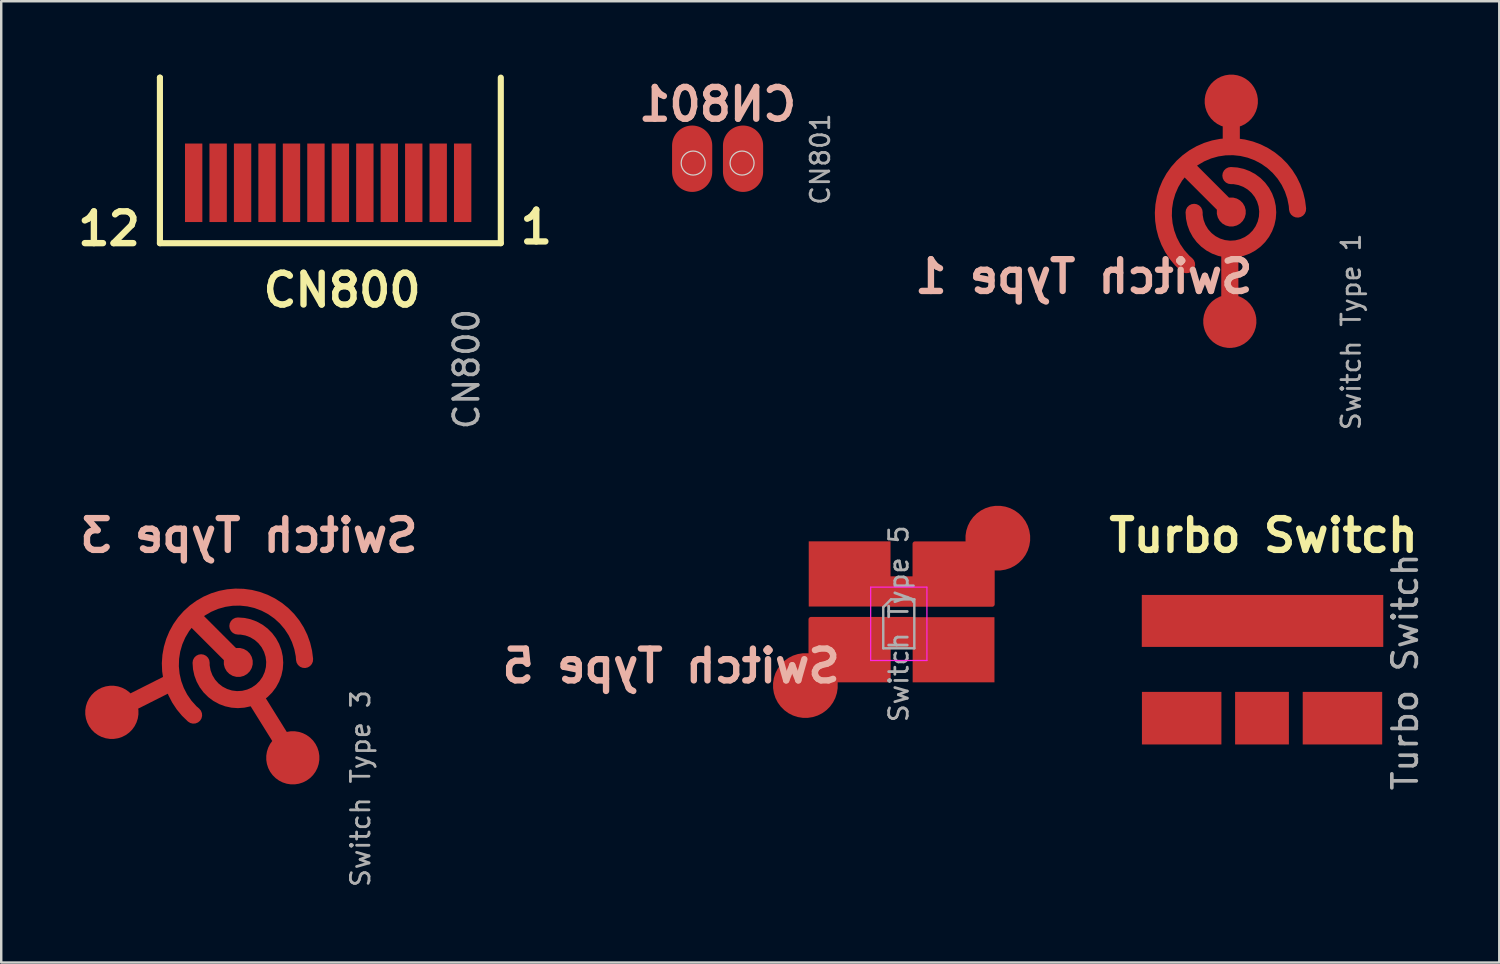
<source format=kicad_pcb>
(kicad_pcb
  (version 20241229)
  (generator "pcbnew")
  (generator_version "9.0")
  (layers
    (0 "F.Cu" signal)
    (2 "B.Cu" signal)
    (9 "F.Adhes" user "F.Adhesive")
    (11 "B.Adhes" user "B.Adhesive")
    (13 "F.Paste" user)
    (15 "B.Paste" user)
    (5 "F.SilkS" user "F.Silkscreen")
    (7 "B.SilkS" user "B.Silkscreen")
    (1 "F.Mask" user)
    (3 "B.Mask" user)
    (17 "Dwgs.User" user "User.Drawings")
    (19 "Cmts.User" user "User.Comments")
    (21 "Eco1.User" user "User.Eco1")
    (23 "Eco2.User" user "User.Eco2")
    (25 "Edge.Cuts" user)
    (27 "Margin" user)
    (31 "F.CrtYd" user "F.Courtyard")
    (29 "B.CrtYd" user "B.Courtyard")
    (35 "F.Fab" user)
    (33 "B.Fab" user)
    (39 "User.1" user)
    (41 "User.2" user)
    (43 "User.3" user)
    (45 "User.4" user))
  (footprint "CN800"
    (layer "F.Cu")
    (at 9.89 4.735)
    (property "Reference" "CN800" (at 1.05 4.08 180) (layer "F.SilkS") (effects (font (size 1.3 1.3) (thickness 0.26) (bold yes))))
    (attr through_hole)
    (fp_line (start -6.4 -4.61) (end -6.4 -4.61) (stroke (width 0.25) (type default)) (layer "F.SilkS"))
    (fp_line (start -6.4 -4.61) (end -6.4 2.16) (stroke (width 0.25) (type default)) (layer "F.SilkS"))
    (fp_line (start -6.4 2.16) (end 7.54 2.16) (stroke (width 0.25) (type default)) (layer "F.SilkS"))
    (fp_line (start 7.54 2.16) (end 7.54 -4.61) (stroke (width 0.25) (type default)) (layer "F.SilkS"))
    (fp_text user "1" (at 8.2 2.26 0) (unlocked yes) (layer "F.SilkS") (effects (font (size 1.3 1.3) (thickness 0.26) (bold yes)) (justify left bottom)))
    (fp_text user "12" (at -9.89 2.33 0) (unlocked yes) (layer "F.SilkS") (effects (font (size 1.3 1.3) (thickness 0.26) (bold yes)) (justify left bottom)))
    (fp_text user "${REFERENCE}" (at 6.14 7.31 90) (layer "F.Fab") (effects (font (size 1 1) (thickness 0.15))))
    (pad "1" smd rect (at 5.98 -0.31 180) (size 0.71 3.21) (layers "F.Cu" "F.Mask"))
    (pad "2" smd rect (at 4.98 -0.31 180) (size 0.71 3.21) (layers "F.Cu" "F.Mask"))
    (pad "3" smd rect (at 3.98 -0.31 180) (size 0.71 3.21) (layers "F.Cu" "F.Mask"))
    (pad "4" smd rect (at 2.98 -0.31 180) (size 0.71 3.21) (layers "F.Cu" "F.Mask"))
    (pad "5" smd rect (at 1.98 -0.31 180) (size 0.71 3.21) (layers "F.Cu" "F.Mask"))
    (pad "6" smd rect (at 0.98 -0.31 180) (size 0.71 3.21) (layers "F.Cu" "F.Mask"))
    (pad "7" smd rect (at -0.02 -0.31 180) (size 0.71 3.21) (layers "F.Cu" "F.Mask"))
    (pad "8" smd rect (at -1.02 -0.31 180) (size 0.71 3.21) (layers "F.Cu" "F.Mask"))
    (pad "9" smd rect (at -2.02 -0.31 180) (size 0.71 3.21) (layers "F.Cu" "F.Mask"))
    (pad "10" smd rect (at -3.02 -0.31 180) (size 0.71 3.21) (layers "F.Cu" "F.Mask"))
    (pad "11" smd rect (at -4.02 -0.31 180) (size 0.71 3.21) (layers "F.Cu" "F.Mask"))
    (pad "12" smd rect (at -5.02 -0.31 180) (size 0.71 3.21) (layers "F.Cu" "F.Mask")))
  (footprint "Switch Type 5"
    (layer "F.Cu")
    (at 33.705 21.961)
    (property "Reference" "Switch Type 5" (at -9.31 2.224 0) (layer "B.SilkS") (effects (font (size 1.3 1.3) (thickness 0.26) (bold yes)) (justify mirror)))
    (attr through_hole)
    (fp_line (start -1.15 -1) (end -1.15 2) (stroke (width 0.05) (type solid)) (layer "F.CrtYd"))
    (fp_line (start -1.15 2) (end 1.15 2) (stroke (width 0.05) (type solid)) (layer "F.CrtYd"))
    (fp_line (start 1.15 -1) (end -1.15 -1) (stroke (width 0.05) (type solid)) (layer "F.CrtYd"))
    (fp_line (start 1.15 2) (end 1.15 -1) (stroke (width 0.05) (type solid)) (layer "F.CrtYd"))
    (fp_line (start -0.635 -0.182) (end -0.318 -0.5) (stroke (width 0.1) (type solid)) (layer "F.Fab"))
    (fp_line (start -0.635 1.5) (end -0.635 -0.182) (stroke (width 0.1) (type solid)) (layer "F.Fab"))
    (fp_line (start -0.318 -0.5) (end 0.635 -0.5) (stroke (width 0.1) (type solid)) (layer "F.Fab"))
    (fp_line (start 0.635 -0.5) (end 0.635 1.5) (stroke (width 0.1) (type solid)) (layer "F.Fab"))
    (fp_line (start 0.635 1.5) (end -0.635 1.5) (stroke (width 0.1) (type solid)) (layer "F.Fab"))
    (fp_text user "${REFERENCE}" (at 0 0.5 90) (layer "F.Fab") (effects (font (size 0.76 0.76) (thickness 0.114))))
    (pad "1" smd custom (at -2.01 -1.54 90) (size 2.665 3.345) (layers "F.Cu" "F.Mask") (options (anchor rect)) (primitives (gr_rect (start -1.242 1.673) (end -0.198 2.732) (width 0.2) (fill yes)) (gr_rect (start -1.242 2.672) (end 1.232 5.832) (width 0.2) (fill yes)) (gr_circle (center 1.464 6.06) (end 2.689 6.06) (width 0.2) (fill yes))))
    (pad "2" smd custom (at 2.24 1.56 270) (size 2.665 3.345) (layers "F.Cu" "F.Mask") (options (anchor rect)) (primitives (gr_rect (start -1.242 1.673) (end -0.198 2.732) (width 0.2) (fill yes)) (gr_rect (start -1.242 2.672) (end 1.232 5.832) (width 0.2) (fill yes)) (gr_circle (center 1.464 6.06) (end 2.689 6.06) (width 0.2) (fill yes)))))
  (footprint "Switch Type 3"
    (layer "F.Cu")
    (at 6.694 28.72)
    (property "Reference" "Switch Type 3" (at 0.437 -9.871 0) (layer "B.SilkS") (effects (font (size 1.3 1.3) (thickness 0.26) (bold yes)) (justify mirror)))
    (attr through_hole)
    (fp_text user "${REFERENCE}" (at 5 0.48 90) (layer "F.Fab") (effects (font (size 0.76 0.76) (thickness 0.114))))
    (pad "1" smd custom (at -5.17 -2.64) (size 2.18 2.18) (layers "F.Cu" "F.Mask") (options (anchor circle)) (primitives (gr_line (start 0 0) (end 2.48 -1.25) (width 0.7)) (gr_arc (start 3.342825 0.113322) (mid 3.91 -4.42) (end 7.881194 -2.161169) (width 0.7)) (gr_line (start 3.271 -3.939) (end 5.17 -2.04) (width 0.7)) (gr_circle (center 5.17 -2.04) (end 5.665 -2.04) (width 0.2) (fill yes)) (gr_line (start 5.17 -2.04) (end 5.17 -2.04) (width 0.2))))
    (pad "2" smd custom (at 2.23 -0.78) (size 2.177 2.177) (layers "F.Cu" "F.Mask") (options (anchor circle)) (primitives (gr_line (start 0 0) (end -1.55 -2.49) (width 0.7)) (gr_arc (start -2.245806 -5.39) (mid -1.18218 -2.822181) (end -3.75 -3.885804) (width 0.7)))))
  (footprint "Turbo Switch"
    (layer "F.Cu")
    (at 48.623 21.179)
    (property "Reference" "Turbo Switch" (at 0 -2.33 0) (layer "F.SilkS") (effects (font (size 1.3 1.3) (thickness 0.26) (bold yes))))
    (attr through_hole)
    (fp_text user "${REFERENCE}" (at 5.79 3.25 270) (layer "F.Fab") (effects (font (size 1 1) (thickness 0.15))))
    (pad "1" smd rect (at -3.35 5.14) (size 3.25 2.15) (layers "F.Cu" "F.Mask"))
    (pad "2" smd rect (at -0.065 5.14) (size 2.2 2.15) (layers "F.Cu" "F.Mask"))
    (pad "3" smd rect (at -0.043 1.163) (size 9.875 2.125) (layers "F.Cu" "F.Mask"))
    (pad "4" smd rect (at 3.225 5.14) (size 3.25 2.15) (layers "F.Cu" "F.Mask")))
  (footprint "Switch Type 1"
    (layer "F.Cu")
    (at 47.202 10.04)
    (property "Reference" "Switch Type 1" (at -5.93 -1.78 0) (layer "B.SilkS") (effects (font (size 1.3 1.3) (thickness 0.26) (bold yes)) (justify mirror)))
    (attr through_hole)
    (fp_text user "${REFERENCE}" (at 5 0.48 90) (layer "F.Fab") (effects (font (size 0.76 0.76) (thickness 0.114))))
    (pad "1" smd custom (at 0.1 -8.95) (size 2.18 2.18) (layers "F.Cu" "F.Mask") (options (anchor circle)) (primitives (gr_line (start 0 0) (end 0 1.75) (width 0.7)) (gr_arc (start -1.827175 6.683322) (mid -1.26 2.15) (end 2.711194 4.408831) (width 0.7)) (gr_line (start -1.899 2.631) (end 0 4.53) (width 0.7)) (gr_circle (center 0 4.53) (end 0.495 4.53) (width 0.2) (fill yes)) (gr_line (start 0 4.53) (end 0 4.53) (width 0.2))))
    (pad "2" smd custom (at 0.04 0.05) (size 2.177 2.177) (layers "F.Cu" "F.Mask") (options (anchor circle)) (primitives (gr_poly (pts (xy 0.104 -1.084) (xy 0.307 -1.044) (xy 0.499 -0.968) (xy 0.673 -0.856) (xy 0.823 -0.713) (xy 0.943 -0.544) (xy 1.029 -0.356) (xy 1.078 -0.155) (xy 1.087 0.052) (xy 1.058 0.257) (xy 0.99 0.452) (xy 0.887 0.631) (xy 0.751 0.788) (xy 0.589 0.916) (xy 0.405 1.011) (xy 0.206 1.069) (xy 0.000034 1.089) (xy -0.000034 1.089) (xy -0.104 1.084) (xy -0.307 1.044) (xy -0.499 0.968) (xy -0.673 0.856) (xy -0.823 0.713) (xy -0.943 0.544) (xy -1.029 0.356) (xy -1.078 0.155) (xy -1.087 -0.052) (xy -1.058 -0.257) (xy -0.99 -0.452) (xy -0.887 -0.631) (xy -0.751 -0.788) (xy -0.589 -0.916) (xy -0.405 -1.011) (xy -0.206 -1.069) (xy -0.000034 -1.089) (xy 0.000034 -1.089)) (width 0) (fill yes)) (gr_line (start 0.000033 0.000066) (end 0.000033 -2.95) (width 0.7)) (gr_arc (start 0.044194 -5.96) (mid 1.10782 -3.392181) (end -1.46 -4.455804) (width 0.7)))))
  (footprint "CN801"
    (layer "F.Cu")
    (at 26.296 2.777)
    (property "Reference" "CN801" (at 0 -1.56 0) (layer "B.SilkS") (effects (font (size 1.3 1.3) (thickness 0.26) (bold yes)) (justify mirror)))
    (attr through_hole)
    (fp_circle (center -1 0.841) (end -0.59 1.111) (stroke (width 0.05) (type default)) (fill no) (layer "Edge.Cuts"))
    (fp_circle (center 1 0.841) (end 1.41 1.111) (stroke (width 0.05) (type default)) (fill no) (layer "Edge.Cuts"))
    (fp_text user "${REFERENCE}" (at 4.2 0.68 90) (layer "F.Fab") (effects (font (size 0.76 0.76) (thickness 0.114))))
    (pad "1" smd oval (at -1.041 0.664) (size 1.643 2.715) (layers "F.Cu" "F.Mask"))
    (pad "2" smd oval (at 1.04 0.664) (size 1.643 2.715) (layers "F.Cu" "F.Mask")))
  (gr_rect
    (start -3 -3)
    (end 58.261 36.312)
    (stroke (width 0.1) (type default))
    (fill no)
    (layer "Edge.Cuts")))
</source>
